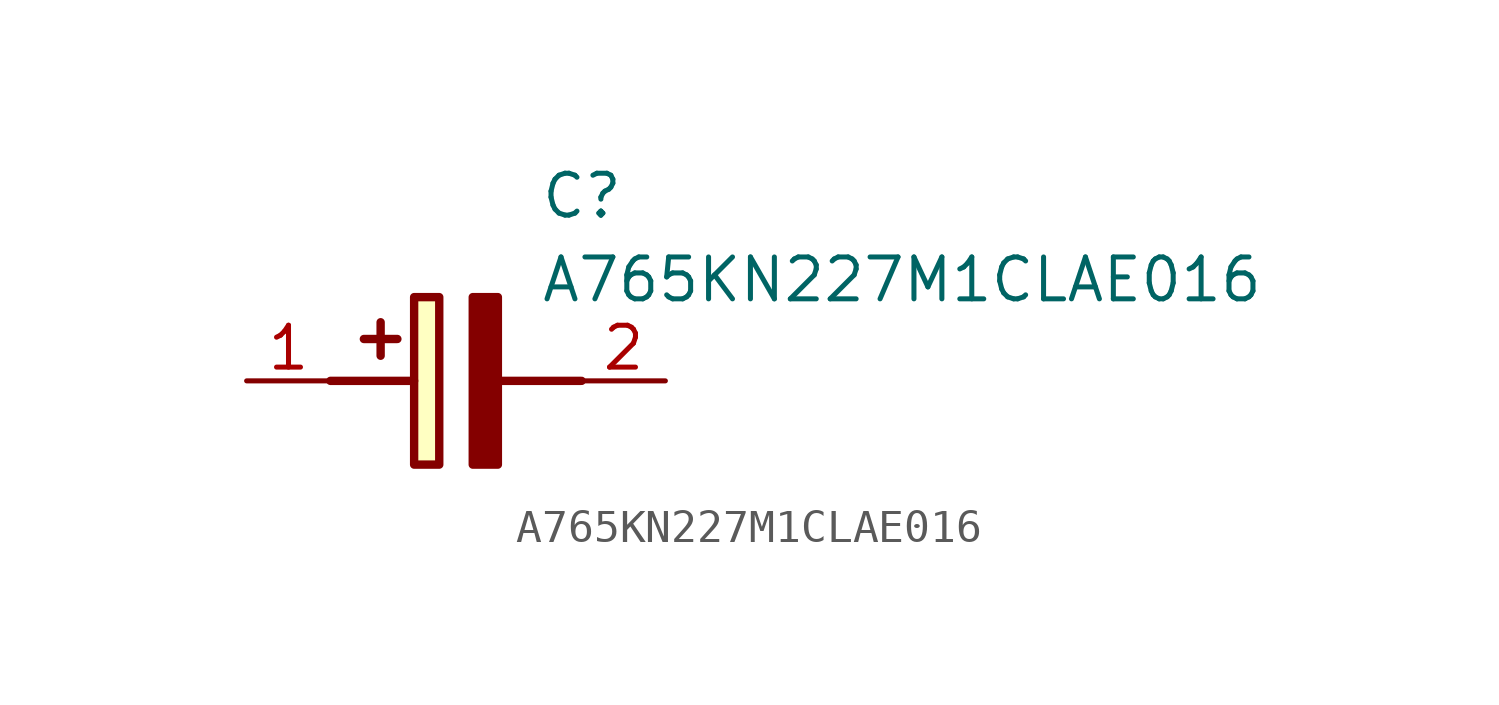
<source format=kicad_sym>
(kicad_symbol_lib
  (version 20211014)
  (generator SamacSys_ECAD_Model)
  (symbol "A765KN227M1CLAE016"
    (pin_names hide)
    (property "Reference" "C"
      (at 8.89 6.35 0)
      (effects (font (size 1.27 1.27)) (justify left top)))
    (property "Value" "A765KN227M1CLAE016"
      (at 8.89 3.81 0)
      (effects (font (size 1.27 1.27)) (justify left top)))
    (rectangle
      (start 5.08 2.54)
      (end 5.842 -2.54)
      (stroke (width 0.254) (type default))
      (fill (type background)))
    (polyline
      (pts (xy 4.572 1.27) (xy 3.556 1.27))
      (stroke (width 0.254) (type default))
      (fill (type none)))
    (polyline
      (pts (xy 4.064 1.778) (xy 4.064 0.762))
      (stroke (width 0.254) (type default))
      (fill (type none)))
    (polyline
      (pts (xy 2.54 0) (xy 5.08 0))
      (stroke (width 0.254) (type default))
      (fill (type none)))
    (polyline
      (pts (xy 7.62 0) (xy 10.16 0))
      (stroke (width 0.254) (type default))
      (fill (type none)))
    (polyline
      (pts (xy 7.62 2.54) (xy 7.62 -2.54) (xy 6.858 -2.54) (xy 6.858 2.54) (xy 7.62 2.54))
      (stroke (width 0.254) (type default))
      (fill (type outline)))
    (pin passive line
      (at 0 0 0)
      (length 2.54)
      (name "+" (effects (font (size 1.27 1.27))))
      (number "1" (effects (font (size 1.27 1.27)))))
    (pin passive line
      (at 12.7 0 180)
      (length 2.54)
      (name "-" (effects (font (size 1.27 1.27))))
      (number "2" (effects (font (size 1.27 1.27)))))))
</source>
